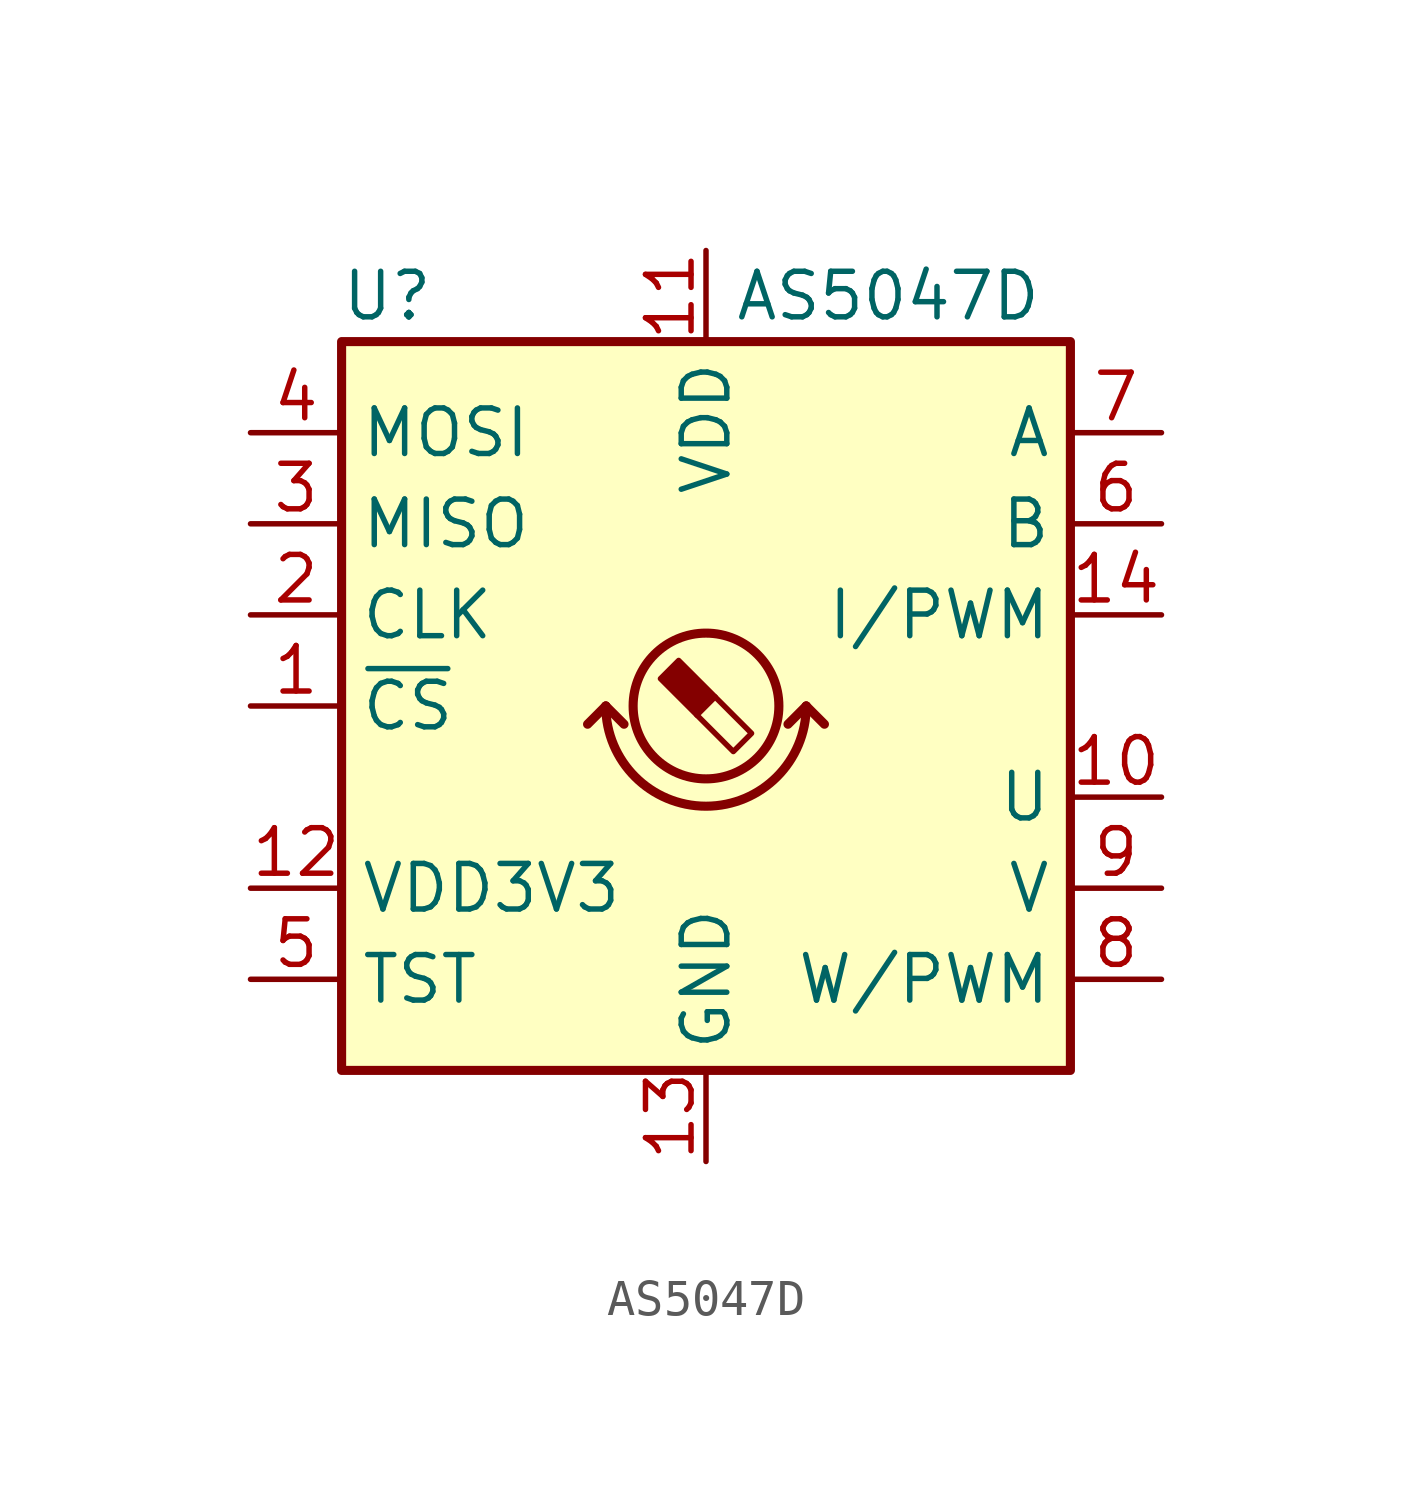
<source format=kicad_sym>
(kicad_symbol_lib
  (version 20220914)
  (generator kicad_symbol_editor)
  (symbol "AS5047D"
    (property "Reference" "U"
      (at -8.89 11.43 0)
      (effects (font (size 1.27 1.27))))
    (property "Value" "AS5047D"
      (at 5.08 11.43 0)
      (effects (font (size 1.27 1.27))))
    (symbol "AS5047D_1_1"
      (rectangle (start -10.16 10.16) (end 10.16 -10.16) (stroke (width 0.254) (type default)) (fill (type background)))
      (arc (start -2.794 0) (mid 0 -2.7819) (end 2.794 0) (stroke (width 0.254) (type default)) (fill (type none)))
      (polyline (pts (xy -2.794 0) (xy -3.302 -0.508)) (stroke (width 0.254) (type default)) (fill (type none)))
      (polyline (pts (xy -2.794 0) (xy -2.286 -0.508)) (stroke (width 0.254) (type default)) (fill (type none)))
      (polyline (pts (xy 2.794 0) (xy 2.286 -0.508)) (stroke (width 0.254) (type default)) (fill (type none)))
      (polyline (pts (xy 2.794 0) (xy 3.302 -0.508)) (stroke (width 0.254) (type default)) (fill (type none)))
      (polyline (pts (xy 0.254 0.254) (xy 1.27 -0.762) (xy 0.762 -1.27) (xy -0.254 -0.254)) (stroke (width 0) (type default)) (fill (type none)))
      (polyline (pts (xy -0.762 1.27) (xy 0.254 0.254) (xy -0.254 -0.254) (xy -1.27 0.762) (xy -1.016 1.016) (xy -0.762 1.27) (xy -0.635 1.143)) (stroke (width 0) (type default)) (fill (type outline)))
      (circle (center 0 0) (radius 2.032) (stroke (width 0.254) (type default)) (fill (type none)))
      (pin input line (at -12.7 0 0) (length 2.54) (name "~{CS}" (effects (font (size 1.27 1.27)))) (number "1" (effects (font (size 1.27 1.27)))))
      (pin output line (at 12.7 -2.54 180) (length 2.54) (name "U" (effects (font (size 1.27 1.27)))) (number "10" (effects (font (size 1.27 1.27)))))
      (pin power_in line (at 0 12.7 270) (length 2.54) (name "VDD" (effects (font (size 1.27 1.27)))) (number "11" (effects (font (size 1.27 1.27)))))
      (pin power_out line (at -12.7 -5.08 0) (length 2.54) (name "VDD3V3" (effects (font (size 1.27 1.27)))) (number "12" (effects (font (size 1.27 1.27)))))
      (pin power_in line (at 0 -12.7 90) (length 2.54) (name "GND" (effects (font (size 1.27 1.27)))) (number "13" (effects (font (size 1.27 1.27)))))
      (pin output line (at 12.7 2.54 180) (length 2.54) (name "I/PWM" (effects (font (size 1.27 1.27)))) (number "14" (effects (font (size 1.27 1.27)))))
      (pin input line (at -12.7 2.54 0) (length 2.54) (name "CLK" (effects (font (size 1.27 1.27)))) (number "2" (effects (font (size 1.27 1.27)))))
      (pin output line (at -12.7 5.08 0) (length 2.54) (name "MISO" (effects (font (size 1.27 1.27)))) (number "3" (effects (font (size 1.27 1.27)))))
      (pin input line (at -12.7 7.62 0) (length 2.54) (name "MOSI" (effects (font (size 1.27 1.27)))) (number "4" (effects (font (size 1.27 1.27)))))
      (pin input line (at -12.7 -7.62 0) (length 2.54) (name "TST" (effects (font (size 1.27 1.27)))) (number "5" (effects (font (size 1.27 1.27)))))
      (pin output line (at 12.7 5.08 180) (length 2.54) (name "B" (effects (font (size 1.27 1.27)))) (number "6" (effects (font (size 1.27 1.27)))))
      (pin output line (at 12.7 7.62 180) (length 2.54) (name "A" (effects (font (size 1.27 1.27)))) (number "7" (effects (font (size 1.27 1.27)))))
      (pin output line (at 12.7 -7.62 180) (length 2.54) (name "W/PWM" (effects (font (size 1.27 1.27)))) (number "8" (effects (font (size 1.27 1.27)))))
      (pin output line (at 12.7 -5.08 180) (length 2.54) (name "V" (effects (font (size 1.27 1.27)))) (number "9" (effects (font (size 1.27 1.27))))))))
</source>
